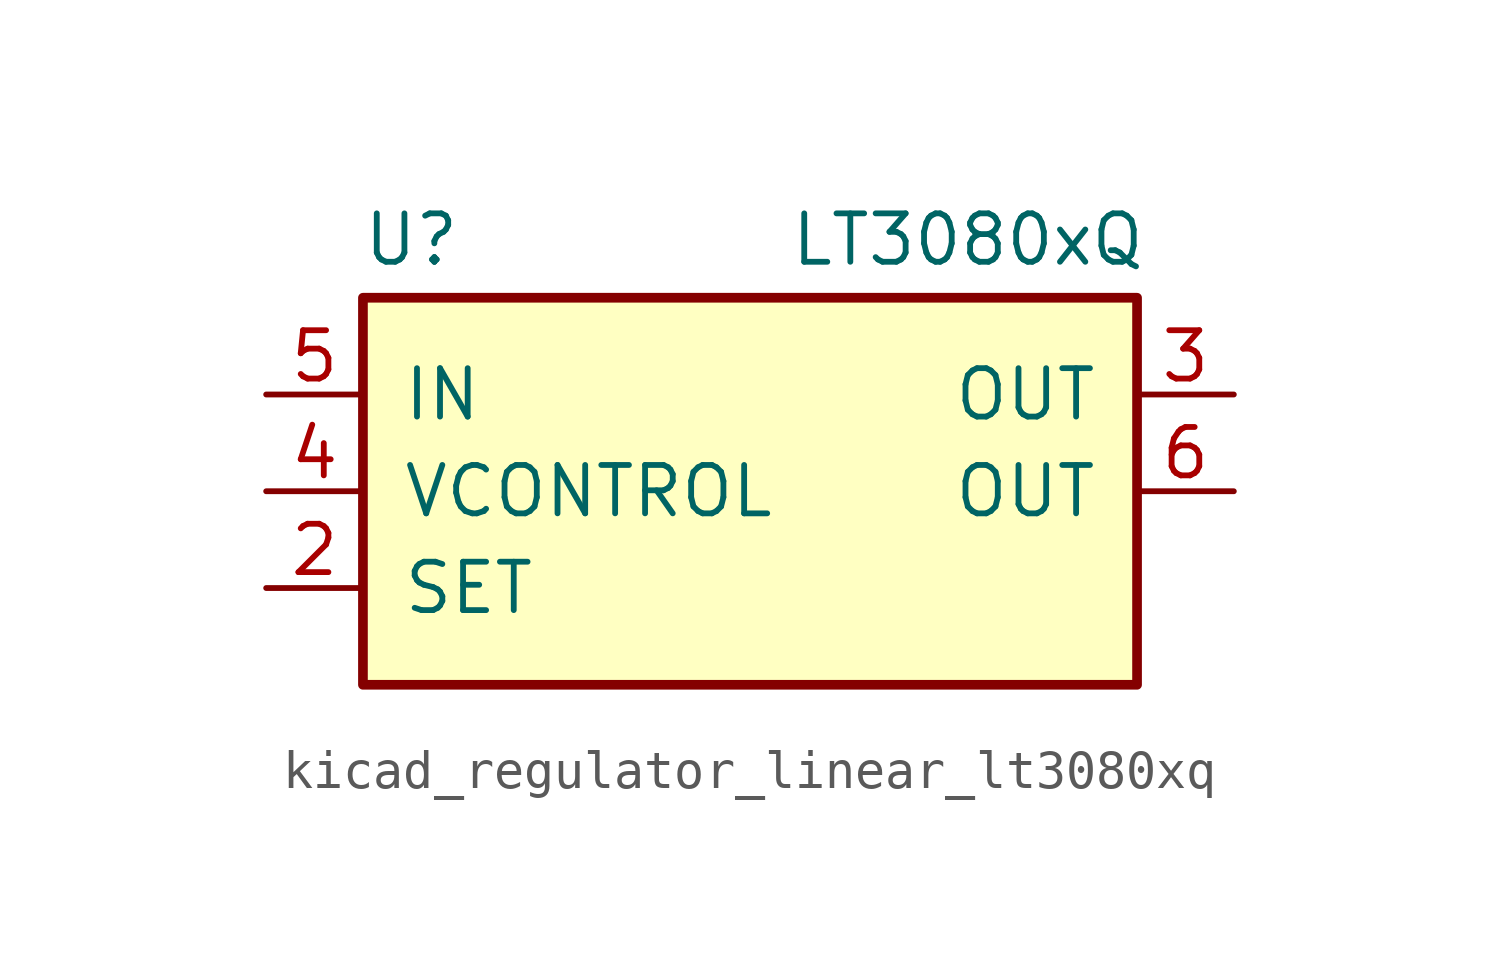
<source format=kicad_sym>
(kicad_symbol_lib
  (version 20220914)
  (generator kicad_symbol_editor)
  (symbol "kicad_regulator_linear_lt3080xq"
    (pin_names
      (offset 1.016))
    (property "Reference" "U"
      (at -8.89 6.604 0)
      (effects (font (size 1.27 1.27))))
    (property "Value" "LT3080xQ"
      (at 10.414 6.604 0)
      (effects (font (size 1.27 1.27)) (justify right)))
    (symbol "kicad_regulator_linear_lt3080xq_0_1"
      (rectangle (start -10.16 5.08) (end 10.16 -5.08) (stroke (width 0.254) (type default)) (fill (type background))))
    (symbol "kicad_regulator_linear_lt3080xq_1_1"
      (pin no_connect line (at 10.16 -2.54 180) (length 2.54) hide (name "NC" (effects (font (size 1.27 1.27)))) (number "1" (effects (font (size 1.27 1.27)))))
      (pin input line (at -12.7 -2.54 0) (length 2.54) (name "SET" (effects (font (size 1.27 1.27)))) (number "2" (effects (font (size 1.27 1.27)))))
      (pin power_out line (at 12.7 2.54 180) (length 2.54) (name "OUT" (effects (font (size 1.27 1.27)))) (number "3" (effects (font (size 1.27 1.27)))))
      (pin input line (at -12.7 0 0) (length 2.54) (name "VCONTROL" (effects (font (size 1.27 1.27)))) (number "4" (effects (font (size 1.27 1.27)))))
      (pin power_in line (at -12.7 2.54 0) (length 2.54) (name "IN" (effects (font (size 1.27 1.27)))) (number "5" (effects (font (size 1.27 1.27)))))
      (pin power_out line (at 12.7 0 180) (length 2.54) (name "OUT" (effects (font (size 1.27 1.27)))) (number "6" (effects (font (size 1.27 1.27))))))))
</source>
